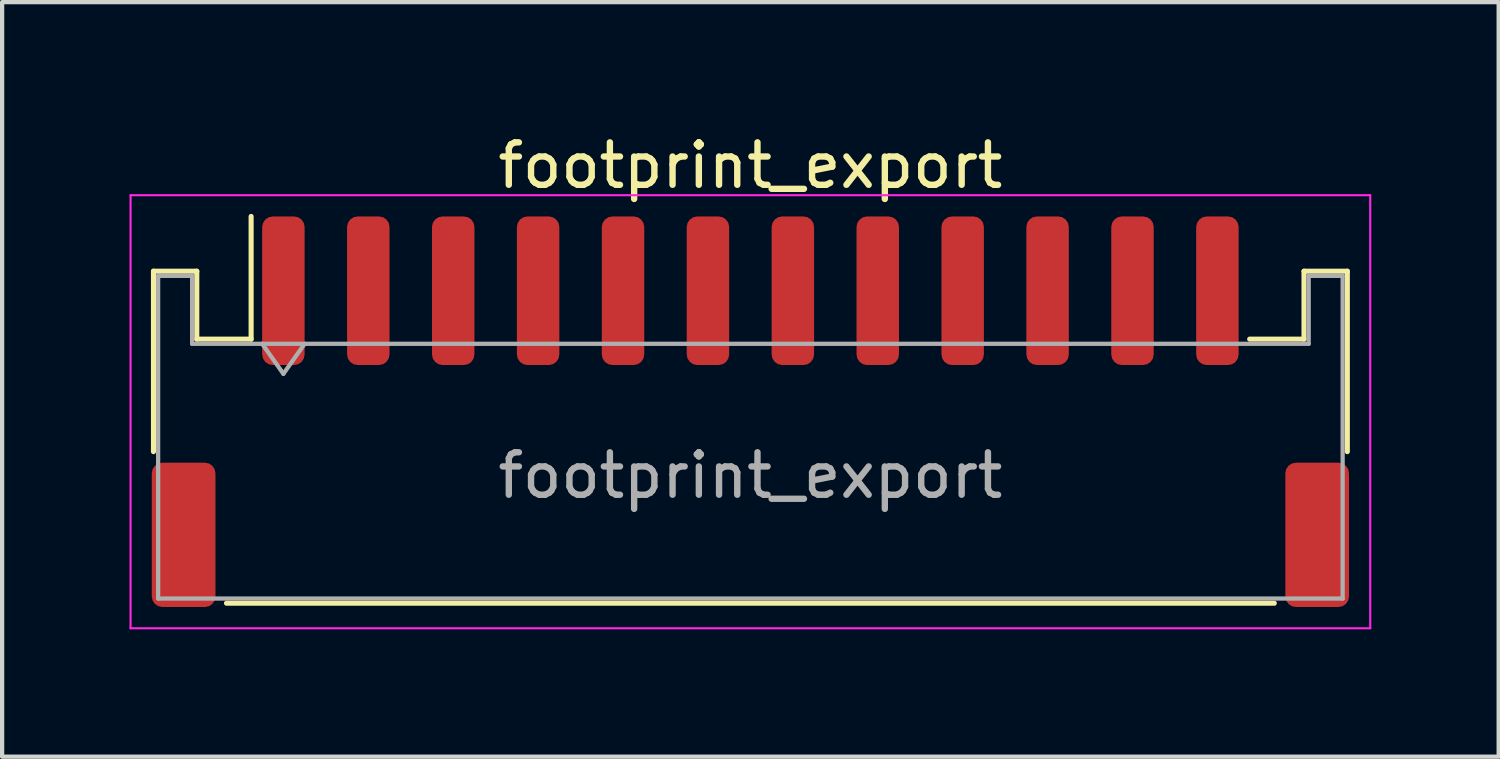
<source format=kicad_pcb>
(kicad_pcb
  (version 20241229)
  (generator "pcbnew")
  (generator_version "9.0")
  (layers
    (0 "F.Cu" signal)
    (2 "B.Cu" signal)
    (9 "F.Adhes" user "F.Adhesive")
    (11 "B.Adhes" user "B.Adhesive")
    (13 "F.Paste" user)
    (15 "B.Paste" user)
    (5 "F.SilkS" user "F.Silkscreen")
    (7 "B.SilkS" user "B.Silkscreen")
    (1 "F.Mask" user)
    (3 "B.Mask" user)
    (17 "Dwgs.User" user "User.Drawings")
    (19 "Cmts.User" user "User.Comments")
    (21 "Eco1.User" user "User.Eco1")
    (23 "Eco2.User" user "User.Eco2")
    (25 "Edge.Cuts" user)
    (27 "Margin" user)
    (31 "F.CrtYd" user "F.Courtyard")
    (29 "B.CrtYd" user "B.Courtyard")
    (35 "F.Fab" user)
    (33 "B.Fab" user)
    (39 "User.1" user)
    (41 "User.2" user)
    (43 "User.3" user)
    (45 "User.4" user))
  (footprint "footprint_export"
    (layer "F.Cu")
    (at 14.625 6.648)
    (property "Reference" "footprint_export" (at 0 -5.8 0) (layer "F.SilkS") (effects (font (size 1 1) (thickness 0.15))))
    (attr smd)
    (fp_line (start -14.06 -3.31) (end -13.04 -3.31) (stroke (width 0.12) (type solid)) (layer "F.SilkS"))
    (fp_line (start -14.06 0.94) (end -14.06 -3.31) (stroke (width 0.12) (type solid)) (layer "F.SilkS"))
    (fp_line (start -13.04 -3.31) (end -13.04 -1.71) (stroke (width 0.12) (type solid)) (layer "F.SilkS"))
    (fp_line (start -13.04 -1.71) (end -11.76 -1.71) (stroke (width 0.12) (type solid)) (layer "F.SilkS"))
    (fp_line (start -12.34 4.51) (end 12.34 4.51) (stroke (width 0.12) (type solid)) (layer "F.SilkS"))
    (fp_line (start -11.76 -1.71) (end -11.76 -4.6) (stroke (width 0.12) (type solid)) (layer "F.SilkS"))
    (fp_line (start 13.04 -3.31) (end 13.04 -1.71) (stroke (width 0.12) (type solid)) (layer "F.SilkS"))
    (fp_line (start 13.04 -1.71) (end 11.76 -1.71) (stroke (width 0.12) (type solid)) (layer "F.SilkS"))
    (fp_line (start 14.06 -3.31) (end 13.04 -3.31) (stroke (width 0.12) (type solid)) (layer "F.SilkS"))
    (fp_line (start 14.06 0.94) (end 14.06 -3.31) (stroke (width 0.12) (type solid)) (layer "F.SilkS"))
    (fp_line (start -14.6 -5.1) (end -14.6 5.1) (stroke (width 0.05) (type solid)) (layer "F.CrtYd"))
    (fp_line (start -14.6 5.1) (end 14.6 5.1) (stroke (width 0.05) (type solid)) (layer "F.CrtYd"))
    (fp_line (start 14.6 -5.1) (end -14.6 -5.1) (stroke (width 0.05) (type solid)) (layer "F.CrtYd"))
    (fp_line (start 14.6 5.1) (end 14.6 -5.1) (stroke (width 0.05) (type solid)) (layer "F.CrtYd"))
    (fp_line (start -13.95 -3.2) (end -13.95 4.4) (stroke (width 0.1) (type solid)) (layer "F.Fab"))
    (fp_line (start -13.95 -3.2) (end -13.15 -3.2) (stroke (width 0.1) (type solid)) (layer "F.Fab"))
    (fp_line (start -13.95 4.4) (end 13.95 4.4) (stroke (width 0.1) (type solid)) (layer "F.Fab"))
    (fp_line (start -13.15 -3.2) (end -13.15 -1.6) (stroke (width 0.1) (type solid)) (layer "F.Fab"))
    (fp_line (start -13.15 -1.6) (end 13.15 -1.6) (stroke (width 0.1) (type solid)) (layer "F.Fab"))
    (fp_line (start -11.5 -1.6) (end -11 -0.893) (stroke (width 0.1) (type solid)) (layer "F.Fab"))
    (fp_line (start -11 -0.893) (end -10.5 -1.6) (stroke (width 0.1) (type solid)) (layer "F.Fab"))
    (fp_line (start 13.15 -3.2) (end 13.95 -3.2) (stroke (width 0.1) (type solid)) (layer "F.Fab"))
    (fp_line (start 13.15 -1.6) (end 13.15 -3.2) (stroke (width 0.1) (type solid)) (layer "F.Fab"))
    (fp_line (start 13.95 -3.2) (end 13.95 4.4) (stroke (width 0.1) (type solid)) (layer "F.Fab"))
    (fp_text user "${REFERENCE}" (at 0 1.5 0) (layer "F.Fab") (effects (font (size 1 1) (thickness 0.15))))
    (pad "1" smd roundrect (at -11 -2.85) (size 1 3.5) (layers "F.Cu" "F.Mask" "F.Paste") (roundrect_rratio 0.25))
    (pad "2" smd roundrect (at -9 -2.85) (size 1 3.5) (layers "F.Cu" "F.Mask" "F.Paste") (roundrect_rratio 0.25))
    (pad "3" smd roundrect (at -7 -2.85) (size 1 3.5) (layers "F.Cu" "F.Mask" "F.Paste") (roundrect_rratio 0.25))
    (pad "4" smd roundrect (at -5 -2.85) (size 1 3.5) (layers "F.Cu" "F.Mask" "F.Paste") (roundrect_rratio 0.25))
    (pad "5" smd roundrect (at -3 -2.85) (size 1 3.5) (layers "F.Cu" "F.Mask" "F.Paste") (roundrect_rratio 0.25))
    (pad "6" smd roundrect (at -1 -2.85) (size 1 3.5) (layers "F.Cu" "F.Mask" "F.Paste") (roundrect_rratio 0.25))
    (pad "7" smd roundrect (at 1 -2.85) (size 1 3.5) (layers "F.Cu" "F.Mask" "F.Paste") (roundrect_rratio 0.25))
    (pad "8" smd roundrect (at 3 -2.85) (size 1 3.5) (layers "F.Cu" "F.Mask" "F.Paste") (roundrect_rratio 0.25))
    (pad "9" smd roundrect (at 5 -2.85) (size 1 3.5) (layers "F.Cu" "F.Mask" "F.Paste") (roundrect_rratio 0.25))
    (pad "10" smd roundrect (at 7 -2.85) (size 1 3.5) (layers "F.Cu" "F.Mask" "F.Paste") (roundrect_rratio 0.25))
    (pad "11" smd roundrect (at 9 -2.85) (size 1 3.5) (layers "F.Cu" "F.Mask" "F.Paste") (roundrect_rratio 0.25))
    (pad "12" smd roundrect (at 11 -2.85) (size 1 3.5) (layers "F.Cu" "F.Mask" "F.Paste") (roundrect_rratio 0.25))
    (pad "MP" smd roundrect (at -13.35 2.9) (size 1.5 3.4) (layers "F.Cu" "F.Mask" "F.Paste") (roundrect_rratio 0.167))
    (pad "MP" smd roundrect (at 13.35 2.9) (size 1.5 3.4) (layers "F.Cu" "F.Mask" "F.Paste") (roundrect_rratio 0.167)))
  (gr_rect
    (start -3 -3)
    (end 32.25 14.773)
    (stroke (width 0.1) (type default))
    (fill no)
    (layer "Edge.Cuts")))
</source>
